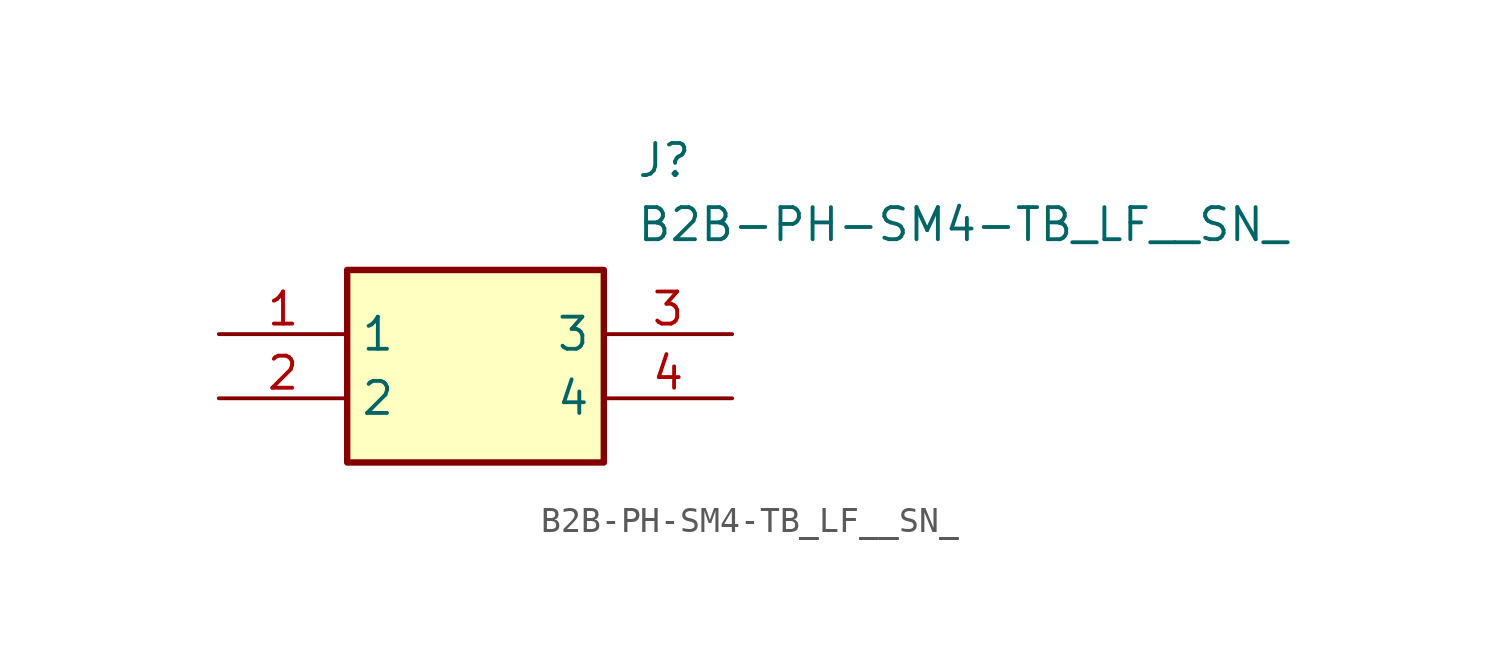
<source format=kicad_sym>
(kicad_symbol_lib
  (version 20211014)
  (generator SamacSys_ECAD_Model)
  (symbol "B2B-PH-SM4-TB_LF__SN_"
    (property "Reference" "J"
      (at 16.51 7.62 0)
      (effects (font (size 1.27 1.27)) (justify left top)))
    (property "Value" "B2B-PH-SM4-TB_LF__SN_"
      (at 16.51 5.08 0)
      (effects (font (size 1.27 1.27)) (justify left top)))
    (rectangle
      (start 5.08 2.54)
      (end 15.24 -5.08)
      (stroke (width 0.254) (type default))
      (fill (type background)))
    (pin passive line
      (at 0 0 0)
      (length 5.08)
      (name "1" (effects (font (size 1.27 1.27))))
      (number "1" (effects (font (size 1.27 1.27)))))
    (pin passive line
      (at 0 -2.54 0)
      (length 5.08)
      (name "2" (effects (font (size 1.27 1.27))))
      (number "2" (effects (font (size 1.27 1.27)))))
    (pin passive line
      (at 20.32 0 180)
      (length 5.08)
      (name "3" (effects (font (size 1.27 1.27))))
      (number "3" (effects (font (size 1.27 1.27)))))
    (pin passive line
      (at 20.32 -2.54 180)
      (length 5.08)
      (name "4" (effects (font (size 1.27 1.27))))
      (number "4" (effects (font (size 1.27 1.27)))))))
</source>
